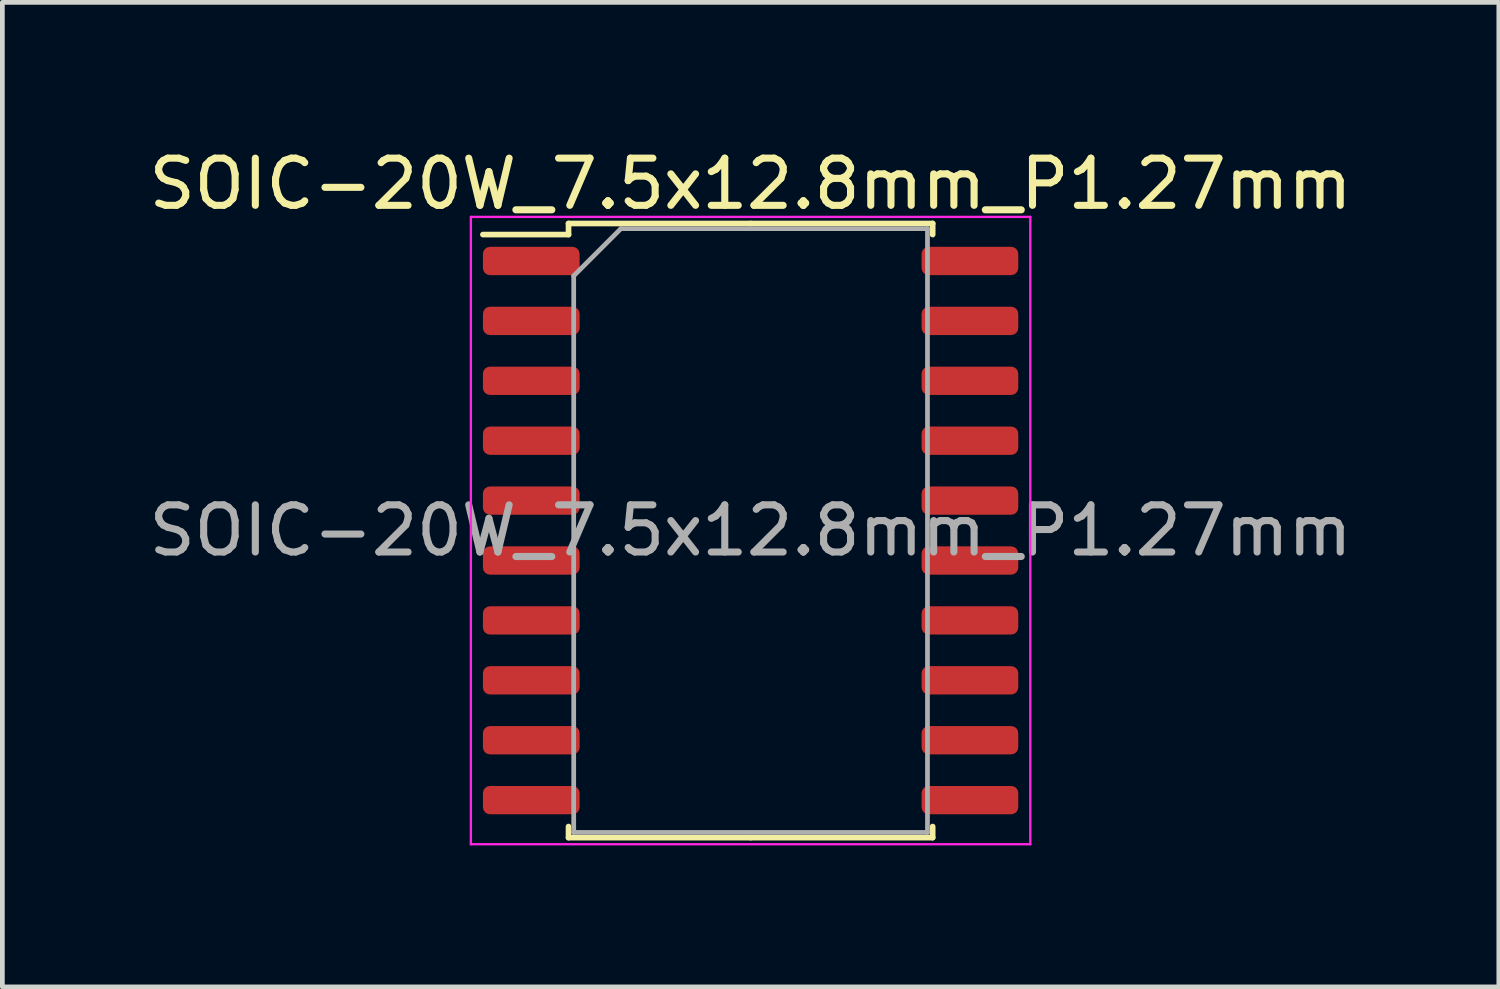
<source format=kicad_pcb>
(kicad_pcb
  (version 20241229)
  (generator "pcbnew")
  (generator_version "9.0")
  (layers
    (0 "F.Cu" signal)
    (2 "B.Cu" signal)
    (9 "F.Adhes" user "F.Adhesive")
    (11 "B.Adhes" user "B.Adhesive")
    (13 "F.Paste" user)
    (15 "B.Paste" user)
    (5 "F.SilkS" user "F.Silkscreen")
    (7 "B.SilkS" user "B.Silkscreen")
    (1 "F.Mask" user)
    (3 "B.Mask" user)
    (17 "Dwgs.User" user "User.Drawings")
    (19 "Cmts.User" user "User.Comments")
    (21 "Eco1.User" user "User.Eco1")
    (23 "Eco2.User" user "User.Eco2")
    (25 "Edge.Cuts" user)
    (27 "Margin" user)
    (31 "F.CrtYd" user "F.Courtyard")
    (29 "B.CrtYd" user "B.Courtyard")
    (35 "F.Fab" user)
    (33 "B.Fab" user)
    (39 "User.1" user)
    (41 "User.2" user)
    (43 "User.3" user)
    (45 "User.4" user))
  (footprint "SOIC-20W_7.5x12.8mm_P1.27mm"
    (layer "F.Cu")
    (at 12.863 8.198)
    (property "Reference" "SOIC-20W_7.5x12.8mm_P1.27mm" (at 0 -7.35 180) (layer "F.SilkS") (effects (font (size 1 1) (thickness 0.15))))
    (attr smd)
    (fp_line (start -3.86 -6.51) (end -3.86 -6.275) (stroke (width 0.12) (type solid)) (layer "F.SilkS"))
    (fp_line (start -3.86 -6.275) (end -5.675 -6.275) (stroke (width 0.12) (type solid)) (layer "F.SilkS"))
    (fp_line (start -3.86 6.51) (end -3.86 6.275) (stroke (width 0.12) (type solid)) (layer "F.SilkS"))
    (fp_line (start 0 -6.51) (end -3.86 -6.51) (stroke (width 0.12) (type solid)) (layer "F.SilkS"))
    (fp_line (start 0 -6.51) (end 3.86 -6.51) (stroke (width 0.12) (type solid)) (layer "F.SilkS"))
    (fp_line (start 0 6.51) (end -3.86 6.51) (stroke (width 0.12) (type solid)) (layer "F.SilkS"))
    (fp_line (start 0 6.51) (end 3.86 6.51) (stroke (width 0.12) (type solid)) (layer "F.SilkS"))
    (fp_line (start 3.86 -6.51) (end 3.86 -6.275) (stroke (width 0.12) (type solid)) (layer "F.SilkS"))
    (fp_line (start 3.86 6.51) (end 3.86 6.275) (stroke (width 0.12) (type solid)) (layer "F.SilkS"))
    (fp_line (start -5.93 -6.65) (end -5.93 6.65) (stroke (width 0.05) (type solid)) (layer "F.CrtYd"))
    (fp_line (start -5.93 6.65) (end 5.93 6.65) (stroke (width 0.05) (type solid)) (layer "F.CrtYd"))
    (fp_line (start 5.93 -6.65) (end -5.93 -6.65) (stroke (width 0.05) (type solid)) (layer "F.CrtYd"))
    (fp_line (start 5.93 6.65) (end 5.93 -6.65) (stroke (width 0.05) (type solid)) (layer "F.CrtYd"))
    (fp_line (start -3.75 -5.4) (end -2.75 -6.4) (stroke (width 0.1) (type solid)) (layer "F.Fab"))
    (fp_line (start -3.75 6.4) (end -3.75 -5.4) (stroke (width 0.1) (type solid)) (layer "F.Fab"))
    (fp_line (start -2.75 -6.4) (end 3.75 -6.4) (stroke (width 0.1) (type solid)) (layer "F.Fab"))
    (fp_line (start 3.75 -6.4) (end 3.75 6.4) (stroke (width 0.1) (type solid)) (layer "F.Fab"))
    (fp_line (start 3.75 6.4) (end -3.75 6.4) (stroke (width 0.1) (type solid)) (layer "F.Fab"))
    (fp_text user "${REFERENCE}" (at 0 0 180) (layer "F.Fab") (effects (font (size 1 1) (thickness 0.15))))
    (pad "1" smd roundrect (at -4.65 -5.715) (size 2.05 0.6) (layers "F.Cu" "F.Mask" "F.Paste") (roundrect_rratio 0.25))
    (pad "2" smd roundrect (at -4.65 -4.445) (size 2.05 0.6) (layers "F.Cu" "F.Mask" "F.Paste") (roundrect_rratio 0.25))
    (pad "3" smd roundrect (at -4.65 -3.175) (size 2.05 0.6) (layers "F.Cu" "F.Mask" "F.Paste") (roundrect_rratio 0.25))
    (pad "4" smd roundrect (at -4.65 -1.905) (size 2.05 0.6) (layers "F.Cu" "F.Mask" "F.Paste") (roundrect_rratio 0.25))
    (pad "5" smd roundrect (at -4.65 -0.635) (size 2.05 0.6) (layers "F.Cu" "F.Mask" "F.Paste") (roundrect_rratio 0.25))
    (pad "6" smd roundrect (at -4.65 0.635) (size 2.05 0.6) (layers "F.Cu" "F.Mask" "F.Paste") (roundrect_rratio 0.25))
    (pad "7" smd roundrect (at -4.65 1.905) (size 2.05 0.6) (layers "F.Cu" "F.Mask" "F.Paste") (roundrect_rratio 0.25))
    (pad "8" smd roundrect (at -4.65 3.175) (size 2.05 0.6) (layers "F.Cu" "F.Mask" "F.Paste") (roundrect_rratio 0.25))
    (pad "9" smd roundrect (at -4.65 4.445) (size 2.05 0.6) (layers "F.Cu" "F.Mask" "F.Paste") (roundrect_rratio 0.25))
    (pad "10" smd roundrect (at -4.65 5.715) (size 2.05 0.6) (layers "F.Cu" "F.Mask" "F.Paste") (roundrect_rratio 0.25))
    (pad "11" smd roundrect (at 4.65 5.715) (size 2.05 0.6) (layers "F.Cu" "F.Mask" "F.Paste") (roundrect_rratio 0.25))
    (pad "12" smd roundrect (at 4.65 4.445) (size 2.05 0.6) (layers "F.Cu" "F.Mask" "F.Paste") (roundrect_rratio 0.25))
    (pad "13" smd roundrect (at 4.65 3.175) (size 2.05 0.6) (layers "F.Cu" "F.Mask" "F.Paste") (roundrect_rratio 0.25))
    (pad "14" smd roundrect (at 4.65 1.905) (size 2.05 0.6) (layers "F.Cu" "F.Mask" "F.Paste") (roundrect_rratio 0.25))
    (pad "15" smd roundrect (at 4.65 0.635) (size 2.05 0.6) (layers "F.Cu" "F.Mask" "F.Paste") (roundrect_rratio 0.25))
    (pad "16" smd roundrect (at 4.65 -0.635) (size 2.05 0.6) (layers "F.Cu" "F.Mask" "F.Paste") (roundrect_rratio 0.25))
    (pad "17" smd roundrect (at 4.65 -1.905) (size 2.05 0.6) (layers "F.Cu" "F.Mask" "F.Paste") (roundrect_rratio 0.25))
    (pad "18" smd roundrect (at 4.65 -3.175) (size 2.05 0.6) (layers "F.Cu" "F.Mask" "F.Paste") (roundrect_rratio 0.25))
    (pad "19" smd roundrect (at 4.65 -4.445) (size 2.05 0.6) (layers "F.Cu" "F.Mask" "F.Paste") (roundrect_rratio 0.25))
    (pad "20" smd roundrect (at 4.65 -5.715) (size 2.05 0.6) (layers "F.Cu" "F.Mask" "F.Paste") (roundrect_rratio 0.25)))
  (gr_rect
    (start -3 -3)
    (end 28.726 17.873)
    (stroke (width 0.1) (type default))
    (fill no)
    (layer "Edge.Cuts")))
</source>
